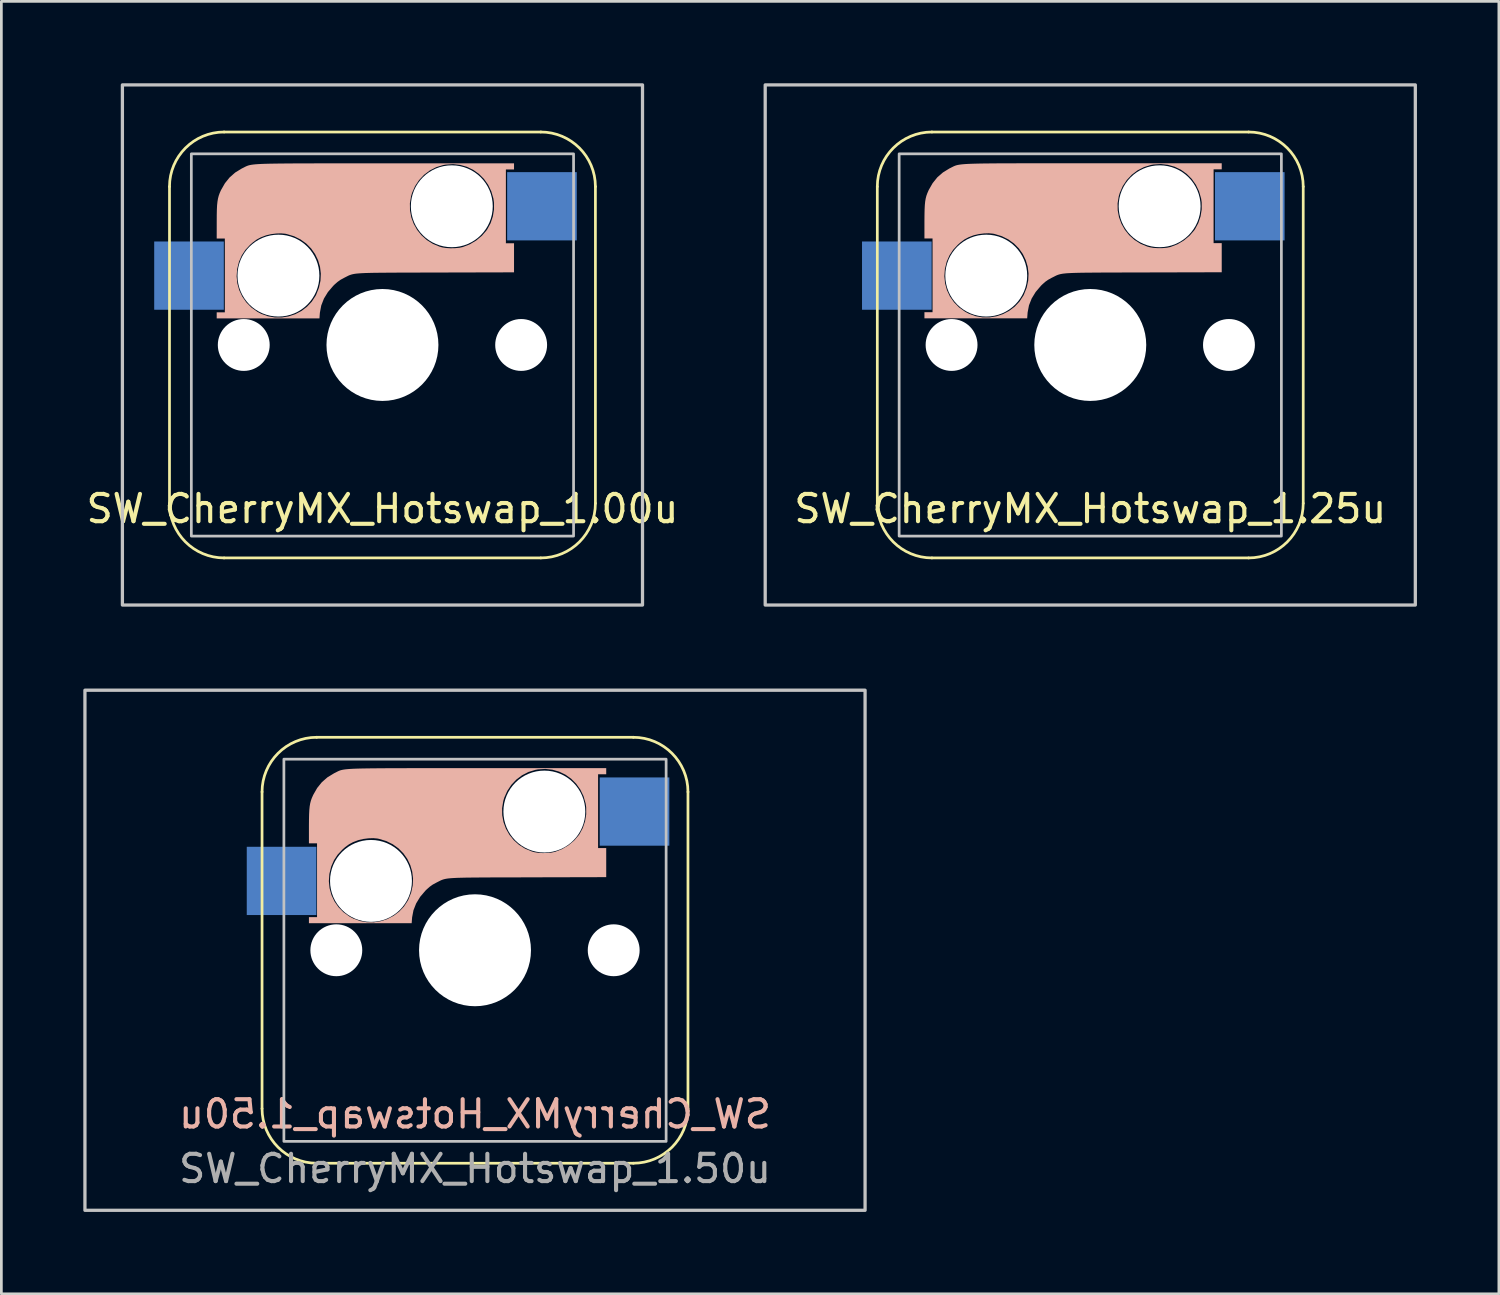
<source format=kicad_pcb>
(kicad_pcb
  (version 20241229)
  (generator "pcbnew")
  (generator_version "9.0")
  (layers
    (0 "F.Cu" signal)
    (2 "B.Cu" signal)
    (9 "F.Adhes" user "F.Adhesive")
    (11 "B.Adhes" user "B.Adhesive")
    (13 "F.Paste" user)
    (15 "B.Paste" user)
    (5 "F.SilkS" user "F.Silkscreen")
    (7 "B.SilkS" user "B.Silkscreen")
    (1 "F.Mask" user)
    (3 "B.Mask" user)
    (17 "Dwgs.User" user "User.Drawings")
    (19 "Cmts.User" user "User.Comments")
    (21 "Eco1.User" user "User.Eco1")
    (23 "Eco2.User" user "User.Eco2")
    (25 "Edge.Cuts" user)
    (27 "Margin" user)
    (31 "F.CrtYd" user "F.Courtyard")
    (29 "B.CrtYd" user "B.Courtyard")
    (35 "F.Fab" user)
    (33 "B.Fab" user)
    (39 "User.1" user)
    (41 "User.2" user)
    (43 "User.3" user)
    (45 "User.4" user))
  (footprint "SW_CherryMX_Hotswap_1.25u"
    (layer "F.Cu")
    (at 36.883 9.585)
    (property "Reference" "SW_CherryMX_Hotswap_1.25u" (at 0 6 0) (unlocked yes) (layer "F.SilkS") (effects (font (size 1 1) (thickness 0.15))))
    (attr smd)
    (fp_line (start -7.8 -5.8) (end -7.8 5.8) (stroke (width 0.1) (type default)) (layer "F.SilkS"))
    (fp_line (start -5.8 -7.8) (end 5.8 -7.8) (stroke (width 0.1) (type default)) (layer "F.SilkS"))
    (fp_line (start -5.8 7.8) (end 5.8 7.8) (stroke (width 0.1) (type default)) (layer "F.SilkS"))
    (fp_line (start 7.8 -5.8) (end 7.8 5.8) (stroke (width 0.1) (type default)) (layer "F.SilkS"))
    (fp_arc (start -7.8 -5.8) (mid -7.214214 -7.214214) (end -5.8 -7.8) (stroke (width 0.1) (type default)) (layer "F.SilkS"))
    (fp_arc (start -5.8 7.8) (mid -7.214214 7.214214) (end -7.8 5.8) (stroke (width 0.1) (type default)) (layer "F.SilkS"))
    (fp_arc (start 5.8 -7.8) (mid 7.214214 -7.214214) (end 7.8 -5.8) (stroke (width 0.1) (type default)) (layer "F.SilkS"))
    (fp_arc (start 7.8 5.8) (mid 7.214214 7.214214) (end 5.8 7.8) (stroke (width 0.1) (type default)) (layer "F.SilkS"))
    (fp_poly (pts (xy -6.074 -1.199) (xy -5.777 -1.199) (xy -5.777 -3.902) (xy -6.074 -3.902) (xy -6.074 -4.529) (xy -6.072 -4.765) (xy -6.068 -4.959) (xy -6.06 -5.119) (xy -6.047 -5.252) (xy -6.028 -5.364) (xy -6.002 -5.465) (xy -5.967 -5.561) (xy -5.924 -5.659) (xy -5.917 -5.675) (xy -5.773 -5.927) (xy -5.601 -6.141) (xy -5.396 -6.319) (xy -5.155 -6.467) (xy -5.119 -6.484) (xy -5.079 -6.505) (xy -5.043 -6.523) (xy -5.009 -6.54) (xy -4.976 -6.555) (xy -4.94 -6.569) (xy -4.899 -6.582) (xy -4.852 -6.593) (xy -4.797 -6.603) (xy -4.73 -6.612) (xy -4.651 -6.62) (xy -4.557 -6.627) (xy -4.445 -6.633) (xy -4.313 -6.638) (xy -4.16 -6.642) (xy -3.984 -6.646) (xy -3.781 -6.648) (xy -3.55 -6.651) (xy -3.289 -6.652) (xy -2.995 -6.653) (xy -2.667 -6.654) (xy -2.302 -6.655) (xy -1.899 -6.655) (xy -1.454 -6.655) (xy -0.966 -6.655) (xy -0.432 -6.655) (xy 0.121 -6.655) (xy 4.815 -6.656) (xy 4.815 -6.432) (xy 4.517 -6.432) (xy 4.517 -4.967) (xy 4.082 -4.967) (xy 4.081 -5.223) (xy 4.06 -5.365) (xy 3.983 -5.631) (xy 3.866 -5.872) (xy 3.714 -6.085) (xy 3.532 -6.267) (xy 3.324 -6.416) (xy 3.094 -6.527) (xy 2.846 -6.598) (xy 2.585 -6.627) (xy 2.316 -6.61) (xy 2.223 -6.594) (xy 1.967 -6.515) (xy 1.731 -6.395) (xy 1.52 -6.235) (xy 1.338 -6.042) (xy 1.19 -5.82) (xy 1.081 -5.572) (xy 1.044 -5.45) (xy 1.001 -5.188) (xy 1.005 -4.929) (xy 1.053 -4.677) (xy 1.141 -4.439) (xy 1.267 -4.218) (xy 1.427 -4.019) (xy 1.62 -3.847) (xy 1.84 -3.708) (xy 2.087 -3.605) (xy 2.186 -3.578) (xy 2.322 -3.555) (xy 2.484 -3.546) (xy 2.654 -3.548) (xy 2.813 -3.563) (xy 2.941 -3.59) (xy 3.195 -3.689) (xy 3.43 -3.829) (xy 3.638 -4.002) (xy 3.81 -4.202) (xy 3.838 -4.243) (xy 3.958 -4.466) (xy 4.04 -4.711) (xy 4.082 -4.967) (xy 4.517 -4.967) (xy 4.517 -3.729) (xy 4.815 -3.729) (xy 4.815 -2.663) (xy 1.944 -2.656) (xy 1.498 -2.655) (xy 1.1 -2.654) (xy 0.745 -2.653) (xy 0.431 -2.652) (xy 0.155 -2.65) (xy -0.086 -2.648) (xy -0.294 -2.646) (xy -0.473 -2.642) (xy -0.626 -2.638) (xy -0.755 -2.632) (xy -0.863 -2.626) (xy -0.953 -2.617) (xy -0.972 -2.615) (xy -2.261 -2.615) (xy -2.291 -2.866) (xy -2.362 -3.106) (xy -2.47 -3.331) (xy -2.615 -3.536) (xy -2.793 -3.716) (xy -3.002 -3.867) (xy -3.241 -3.985) (xy -3.507 -4.066) (xy -3.563 -4.077) (xy -3.716 -4.091) (xy -3.895 -4.085) (xy -4.079 -4.062) (xy -4.249 -4.023) (xy -4.282 -4.013) (xy -4.458 -3.945) (xy -4.606 -3.866) (xy -4.746 -3.764) (xy -4.849 -3.673) (xy -5.023 -3.486) (xy -5.155 -3.286) (xy -5.254 -3.061) (xy -5.259 -3.048) (xy -5.325 -2.782) (xy -5.344 -2.517) (xy -5.318 -2.257) (xy -5.249 -2.008) (xy -5.139 -1.775) (xy -4.989 -1.562) (xy -4.804 -1.374) (xy -4.583 -1.217) (xy -4.447 -1.145) (xy -4.201 -1.055) (xy -3.947 -1.01) (xy -3.691 -1.009) (xy -3.44 -1.05) (xy -3.198 -1.13) (xy -2.973 -1.248) (xy -2.769 -1.401) (xy -2.593 -1.588) (xy -2.45 -1.806) (xy -2.434 -1.837) (xy -2.33 -2.096) (xy -2.273 -2.356) (xy -2.261 -2.615) (xy -0.972 -2.615) (xy -1.029 -2.607) (xy -1.092 -2.595) (xy -1.146 -2.581) (xy -1.194 -2.565) (xy -1.238 -2.547) (xy -1.282 -2.526) (xy -1.328 -2.502) (xy -1.38 -2.476) (xy -1.41 -2.461) (xy -1.538 -2.391) (xy -1.648 -2.314) (xy -1.759 -2.215) (xy -1.807 -2.168) (xy -2 -1.941) (xy -2.146 -1.702) (xy -2.245 -1.451) (xy -2.295 -1.188) (xy -2.297 -1.158) (xy -2.311 -0.975) (xy -6.074 -0.975)) (stroke (width 0) (type solid)) (fill yes) (layer "B.SilkS"))
    (fp_rect (start -11.906 -9.525) (end 11.906 9.525) (stroke (width 0.12) (type solid)) (fill no) (layer "Dwgs.User"))
    (fp_rect (start -7 7) (end 7 -7) (stroke (width 0.1) (type default)) (fill no) (layer "Dwgs.User"))
    (pad "" np_thru_hole circle (at -5.08 0) (size 1.9 1.9) (drill 1.9) (layers "*.Cu" "*.Mask"))
    (pad "" np_thru_hole circle (at -3.81 -2.54) (size 3 3) (drill 3) (layers "*.Cu" "*.Mask"))
    (pad "" np_thru_hole circle (at 0 0) (size 4.1 4.1) (drill 4.1) (layers "*.Cu" "*.Mask"))
    (pad "" np_thru_hole circle (at 2.54 -5.08) (size 3 3) (drill 3) (layers "*.Cu" "*.Mask"))
    (pad "" np_thru_hole circle (at 5.08 0) (size 1.9 1.9) (drill 1.9) (layers "*.Cu" "*.Mask"))
    (pad "1" smd rect (at -7.085 -2.54) (size 2.55 2.5) (layers "B.Cu" "B.Mask" "B.Paste"))
    (pad "2" smd rect (at 5.842 -5.08) (size 2.55 2.5) (layers "B.Cu" "B.Mask" "B.Paste")))
  (footprint "SW_CherryMX_Hotswap_1.00u"
    (layer "F.Cu")
    (at 10.958 9.585)
    (property "Reference" "SW_CherryMX_Hotswap_1.00u" (at 0 6 0) (unlocked yes) (layer "F.SilkS") (effects (font (size 1 1) (thickness 0.15))))
    (attr smd)
    (fp_line (start -7.8 -5.8) (end -7.8 5.8) (stroke (width 0.1) (type default)) (layer "F.SilkS"))
    (fp_line (start -5.8 -7.8) (end 5.8 -7.8) (stroke (width 0.1) (type default)) (layer "F.SilkS"))
    (fp_line (start -5.8 7.8) (end 5.8 7.8) (stroke (width 0.1) (type default)) (layer "F.SilkS"))
    (fp_line (start 7.8 -5.8) (end 7.8 5.8) (stroke (width 0.1) (type default)) (layer "F.SilkS"))
    (fp_arc (start -7.8 -5.8) (mid -7.214214 -7.214214) (end -5.8 -7.8) (stroke (width 0.1) (type default)) (layer "F.SilkS"))
    (fp_arc (start -5.8 7.8) (mid -7.214214 7.214214) (end -7.8 5.8) (stroke (width 0.1) (type default)) (layer "F.SilkS"))
    (fp_arc (start 5.8 -7.8) (mid 7.214214 -7.214214) (end 7.8 -5.8) (stroke (width 0.1) (type default)) (layer "F.SilkS"))
    (fp_arc (start 7.8 5.8) (mid 7.214214 7.214214) (end 5.8 7.8) (stroke (width 0.1) (type default)) (layer "F.SilkS"))
    (fp_poly (pts (xy -6.071 -1.196) (xy -5.773 -1.196) (xy -5.773 -3.899) (xy -6.071 -3.899) (xy -6.07 -4.526) (xy -6.069 -4.762) (xy -6.065 -4.956) (xy -6.057 -5.116) (xy -6.043 -5.249) (xy -6.024 -5.361) (xy -5.998 -5.462) (xy -5.964 -5.558) (xy -5.921 -5.656) (xy -5.913 -5.672) (xy -5.769 -5.924) (xy -5.597 -6.137) (xy -5.393 -6.316) (xy -5.151 -6.464) (xy -5.116 -6.481) (xy -5.076 -6.501) (xy -5.04 -6.52) (xy -5.006 -6.537) (xy -4.972 -6.552) (xy -4.936 -6.566) (xy -4.896 -6.579) (xy -4.849 -6.59) (xy -4.793 -6.6) (xy -4.727 -6.609) (xy -4.648 -6.617) (xy -4.553 -6.624) (xy -4.441 -6.63) (xy -4.31 -6.635) (xy -4.157 -6.639) (xy -3.98 -6.642) (xy -3.777 -6.645) (xy -3.547 -6.647) (xy -3.285 -6.649) (xy -2.992 -6.65) (xy -2.664 -6.651) (xy -2.299 -6.652) (xy -1.895 -6.652) (xy -1.45 -6.652) (xy -0.962 -6.652) (xy -0.429 -6.652) (xy 0.124 -6.652) (xy 4.819 -6.653) (xy 4.819 -6.429) (xy 4.521 -6.429) (xy 4.521 -4.964) (xy 4.085 -4.964) (xy 4.084 -5.219) (xy 4.064 -5.362) (xy 3.986 -5.628) (xy 3.87 -5.869) (xy 3.718 -6.082) (xy 3.536 -6.264) (xy 3.327 -6.413) (xy 3.097 -6.524) (xy 2.849 -6.595) (xy 2.589 -6.624) (xy 2.319 -6.607) (xy 2.227 -6.591) (xy 1.97 -6.512) (xy 1.734 -6.391) (xy 1.523 -6.232) (xy 1.341 -6.039) (xy 1.194 -5.817) (xy 1.084 -5.569) (xy 1.048 -5.447) (xy 1.005 -5.185) (xy 1.009 -4.926) (xy 1.056 -4.674) (xy 1.145 -4.436) (xy 1.27 -4.214) (xy 1.431 -4.016) (xy 1.623 -3.844) (xy 1.844 -3.705) (xy 2.09 -3.602) (xy 2.189 -3.574) (xy 2.325 -3.552) (xy 2.487 -3.542) (xy 2.657 -3.545) (xy 2.816 -3.56) (xy 2.944 -3.587) (xy 3.198 -3.686) (xy 3.433 -3.825) (xy 3.641 -3.998) (xy 3.814 -4.199) (xy 3.841 -4.239) (xy 3.962 -4.463) (xy 4.044 -4.708) (xy 4.085 -4.964) (xy 4.521 -4.964) (xy 4.521 -3.726) (xy 4.819 -3.726) (xy 4.819 -2.66) (xy 1.947 -2.653) (xy 1.502 -2.652) (xy 1.103 -2.651) (xy 0.748 -2.65) (xy 0.434 -2.649) (xy 0.158 -2.647) (xy -0.082 -2.645) (xy -0.291 -2.643) (xy -0.47 -2.639) (xy -0.622 -2.635) (xy -0.751 -2.629) (xy -0.859 -2.622) (xy -0.95 -2.614) (xy -0.968 -2.612) (xy -2.257 -2.612) (xy -2.287 -2.863) (xy -2.358 -3.103) (xy -2.467 -3.328) (xy -2.611 -3.533) (xy -2.789 -3.713) (xy -2.999 -3.864) (xy -3.237 -3.982) (xy -3.503 -4.062) (xy -3.559 -4.074) (xy -3.713 -4.088) (xy -3.891 -4.082) (xy -4.075 -4.059) (xy -4.245 -4.02) (xy -4.279 -4.009) (xy -4.455 -3.942) (xy -4.603 -3.863) (xy -4.742 -3.761) (xy -4.846 -3.67) (xy -5.02 -3.483) (xy -5.152 -3.283) (xy -5.251 -3.058) (xy -5.256 -3.045) (xy -5.322 -2.779) (xy -5.341 -2.514) (xy -5.315 -2.254) (xy -5.245 -2.005) (xy -5.135 -1.772) (xy -4.986 -1.559) (xy -4.8 -1.371) (xy -4.58 -1.214) (xy -4.444 -1.142) (xy -4.197 -1.052) (xy -3.943 -1.007) (xy -3.688 -1.006) (xy -3.436 -1.047) (xy -3.195 -1.127) (xy -2.969 -1.244) (xy -2.766 -1.398) (xy -2.589 -1.585) (xy -2.447 -1.803) (xy -2.431 -1.834) (xy -2.327 -2.093) (xy -2.27 -2.353) (xy -2.257 -2.612) (xy -0.968 -2.612) (xy -1.025 -2.604) (xy -1.088 -2.592) (xy -1.142 -2.578) (xy -1.19 -2.562) (xy -1.235 -2.544) (xy -1.278 -2.523) (xy -1.325 -2.499) (xy -1.376 -2.473) (xy -1.407 -2.457) (xy -1.534 -2.388) (xy -1.644 -2.31) (xy -1.756 -2.212) (xy -1.803 -2.165) (xy -1.997 -1.938) (xy -2.143 -1.699) (xy -2.241 -1.448) (xy -2.291 -1.185) (xy -2.294 -1.154) (xy -2.307 -0.972) (xy -6.071 -0.972)) (stroke (width 0) (type solid)) (fill yes) (layer "B.SilkS"))
    (fp_rect (start -9.525 -9.525) (end 9.525 9.525) (stroke (width 0.12) (type solid)) (fill no) (layer "Dwgs.User"))
    (fp_rect (start -7 7) (end 7 -7) (stroke (width 0.1) (type default)) (fill no) (layer "Dwgs.User"))
    (pad "" np_thru_hole circle (at -5.08 0) (size 1.9 1.9) (drill 1.9) (layers "*.Cu" "*.Mask"))
    (pad "" np_thru_hole circle (at -3.81 -2.54) (size 3 3) (drill 3) (layers "*.Cu" "*.Mask"))
    (pad "" np_thru_hole circle (at 0 0) (size 4.1 4.1) (drill 4.1) (layers "*.Cu" "*.Mask"))
    (pad "" np_thru_hole circle (at 2.54 -5.08) (size 3 3) (drill 3) (layers "*.Cu" "*.Mask"))
    (pad "" np_thru_hole circle (at 5.08 0) (size 1.9 1.9) (drill 1.9) (layers "*.Cu" "*.Mask"))
    (pad "1" smd rect (at -7.085 -2.54) (size 2.55 2.5) (layers "B.Cu" "B.Mask" "B.Paste"))
    (pad "2" smd rect (at 5.842 -5.08) (size 2.55 2.5) (layers "B.Cu" "B.Mask" "B.Paste")))
  (footprint "SW_CherryMX_Hotswap_1.50u"
    (layer "F.Cu")
    (at 14.348 31.755)
    (property "Reference" "SW_CherryMX_Hotswap_1.50u" (at 0 6 0) (unlocked yes) (layer "B.SilkS") (effects (font (size 1 1) (thickness 0.15)) (justify mirror)))
    (attr smd)
    (fp_line (start -7.8 -5.8) (end -7.8 5.8) (stroke (width 0.1) (type default)) (layer "F.SilkS"))
    (fp_line (start -5.8 -7.8) (end 5.8 -7.8) (stroke (width 0.1) (type default)) (layer "F.SilkS"))
    (fp_line (start -5.8 7.8) (end 5.8 7.8) (stroke (width 0.1) (type default)) (layer "F.SilkS"))
    (fp_line (start 7.8 -5.8) (end 7.8 5.8) (stroke (width 0.1) (type default)) (layer "F.SilkS"))
    (fp_arc (start -7.8 -5.8) (mid -7.214214 -7.214214) (end -5.8 -7.8) (stroke (width 0.1) (type default)) (layer "F.SilkS"))
    (fp_arc (start -5.8 7.8) (mid -7.214214 7.214214) (end -7.8 5.8) (stroke (width 0.1) (type default)) (layer "F.SilkS"))
    (fp_arc (start 5.8 -7.8) (mid 7.214214 -7.214214) (end 7.8 -5.8) (stroke (width 0.1) (type default)) (layer "F.SilkS"))
    (fp_arc (start 7.8 5.8) (mid 7.214214 7.214214) (end 5.8 7.8) (stroke (width 0.1) (type default)) (layer "F.SilkS"))
    (fp_poly (pts (xy -6.083 -1.213) (xy -5.786 -1.213) (xy -5.786 -3.917) (xy -6.083 -3.917) (xy -6.083 -4.543) (xy -6.081 -4.78) (xy -6.077 -4.974) (xy -6.069 -5.134) (xy -6.056 -5.267) (xy -6.037 -5.379) (xy -6.011 -5.48) (xy -5.977 -5.575) (xy -5.933 -5.674) (xy -5.926 -5.69) (xy -5.782 -5.942) (xy -5.61 -6.155) (xy -5.405 -6.334) (xy -5.164 -6.481) (xy -5.128 -6.499) (xy -5.088 -6.519) (xy -5.052 -6.538) (xy -5.018 -6.555) (xy -4.985 -6.57) (xy -4.949 -6.584) (xy -4.908 -6.597) (xy -4.861 -6.608) (xy -4.806 -6.618) (xy -4.74 -6.627) (xy -4.66 -6.635) (xy -4.566 -6.642) (xy -4.454 -6.648) (xy -4.322 -6.653) (xy -4.169 -6.657) (xy -3.993 -6.66) (xy -3.79 -6.663) (xy -3.559 -6.665) (xy -3.298 -6.667) (xy -3.004 -6.668) (xy -2.676 -6.669) (xy -2.311 -6.67) (xy -1.908 -6.67) (xy -1.463 -6.67) (xy -0.975 -6.67) (xy -0.441 -6.67) (xy 0.112 -6.67) (xy 4.806 -6.67) (xy 4.806 -6.447) (xy 4.508 -6.447) (xy 4.508 -4.982) (xy 4.073 -4.982) (xy 4.072 -5.237) (xy 4.051 -5.38) (xy 3.974 -5.646) (xy 3.857 -5.887) (xy 3.705 -6.1) (xy 3.523 -6.282) (xy 3.315 -6.43) (xy 3.085 -6.542) (xy 2.837 -6.613) (xy 2.576 -6.642) (xy 2.307 -6.625) (xy 2.214 -6.608) (xy 1.958 -6.53) (xy 1.722 -6.409) (xy 1.511 -6.25) (xy 1.329 -6.057) (xy 1.181 -5.834) (xy 1.071 -5.587) (xy 1.035 -5.465) (xy 0.992 -5.203) (xy 0.996 -4.944) (xy 1.044 -4.692) (xy 1.132 -4.454) (xy 1.258 -4.232) (xy 1.418 -4.034) (xy 1.61 -3.862) (xy 1.831 -3.723) (xy 2.078 -3.62) (xy 2.177 -3.592) (xy 2.313 -3.57) (xy 2.475 -3.56) (xy 2.645 -3.563) (xy 2.804 -3.578) (xy 2.932 -3.605) (xy 3.186 -3.704) (xy 3.421 -3.843) (xy 3.629 -4.016) (xy 3.801 -4.217) (xy 3.829 -4.257) (xy 3.949 -4.481) (xy 4.031 -4.726) (xy 4.073 -4.982) (xy 4.508 -4.982) (xy 4.508 -3.744) (xy 4.806 -3.744) (xy 4.806 -2.678) (xy 1.935 -2.671) (xy 1.489 -2.669) (xy 1.091 -2.669) (xy 0.736 -2.668) (xy 0.422 -2.667) (xy 0.146 -2.665) (xy -0.095 -2.663) (xy -0.303 -2.661) (xy -0.482 -2.657) (xy -0.635 -2.653) (xy -0.764 -2.647) (xy -0.872 -2.64) (xy -0.962 -2.632) (xy -0.981 -2.63) (xy -2.27 -2.63) (xy -2.3 -2.881) (xy -2.371 -3.121) (xy -2.479 -3.346) (xy -2.624 -3.551) (xy -2.802 -3.731) (xy -3.011 -3.882) (xy -3.25 -4) (xy -3.516 -4.08) (xy -3.572 -4.092) (xy -3.725 -4.106) (xy -3.904 -4.1) (xy -4.088 -4.077) (xy -4.258 -4.038) (xy -4.291 -4.027) (xy -4.467 -3.96) (xy -4.615 -3.881) (xy -4.755 -3.779) (xy -4.858 -3.687) (xy -5.032 -3.501) (xy -5.164 -3.301) (xy -5.263 -3.076) (xy -5.268 -3.062) (xy -5.334 -2.797) (xy -5.353 -2.532) (xy -5.327 -2.272) (xy -5.258 -2.023) (xy -5.148 -1.79) (xy -4.999 -1.577) (xy -4.813 -1.389) (xy -4.592 -1.232) (xy -4.456 -1.16) (xy -4.21 -1.07) (xy -3.956 -1.025) (xy -3.7 -1.024) (xy -3.449 -1.065) (xy -3.207 -1.145) (xy -2.982 -1.262) (xy -2.778 -1.416) (xy -2.602 -1.602) (xy -2.459 -1.821) (xy -2.443 -1.852) (xy -2.339 -2.111) (xy -2.282 -2.371) (xy -2.27 -2.63) (xy -0.981 -2.63) (xy -1.038 -2.622) (xy -1.101 -2.61) (xy -1.155 -2.596) (xy -1.203 -2.58) (xy -1.247 -2.562) (xy -1.291 -2.541) (xy -1.337 -2.517) (xy -1.389 -2.491) (xy -1.419 -2.475) (xy -1.547 -2.406) (xy -1.657 -2.328) (xy -1.768 -2.23) (xy -1.816 -2.183) (xy -2.009 -1.956) (xy -2.155 -1.717) (xy -2.254 -1.466) (xy -2.304 -1.203) (xy -2.306 -1.172) (xy -2.32 -0.99) (xy -6.083 -0.99)) (stroke (width 0) (type solid)) (fill yes) (layer "B.SilkS"))
    (fp_rect (start -14.287 -9.525) (end 14.287 9.525) (stroke (width 0.12) (type solid)) (fill no) (layer "Dwgs.User"))
    (fp_rect (start -7 7) (end 7 -7) (stroke (width 0.1) (type default)) (fill no) (layer "Dwgs.User"))
    (fp_text user "${REFERENCE}" (at 0 8 0) (unlocked yes) (layer "F.Fab") (effects (font (size 1 1) (thickness 0.15))))
    (pad "" np_thru_hole circle (at -5.08 0) (size 1.9 1.9) (drill 1.9) (layers "*.Cu" "*.Mask"))
    (pad "" np_thru_hole circle (at -3.81 -2.54) (size 3 3) (drill 3) (layers "*.Cu" "*.Mask"))
    (pad "" np_thru_hole circle (at 0 0) (size 4.1 4.1) (drill 4.1) (layers "*.Cu" "*.Mask"))
    (pad "" np_thru_hole circle (at 2.54 -5.08) (size 3 3) (drill 3) (layers "*.Cu" "*.Mask"))
    (pad "" np_thru_hole circle (at 5.08 0) (size 1.9 1.9) (drill 1.9) (layers "*.Cu" "*.Mask"))
    (pad "1" smd rect (at -7.085 -2.54) (size 2.55 2.5) (layers "B.Cu" "B.Mask" "B.Paste"))
    (pad "2" smd rect (at 5.842 -5.08) (size 2.55 2.5) (layers "B.Cu" "B.Mask" "B.Paste")))
  (gr_rect
    (start -3 -3)
    (end 51.849 44.34)
    (stroke (width 0.1) (type default))
    (fill no)
    (layer "Edge.Cuts")))
</source>
